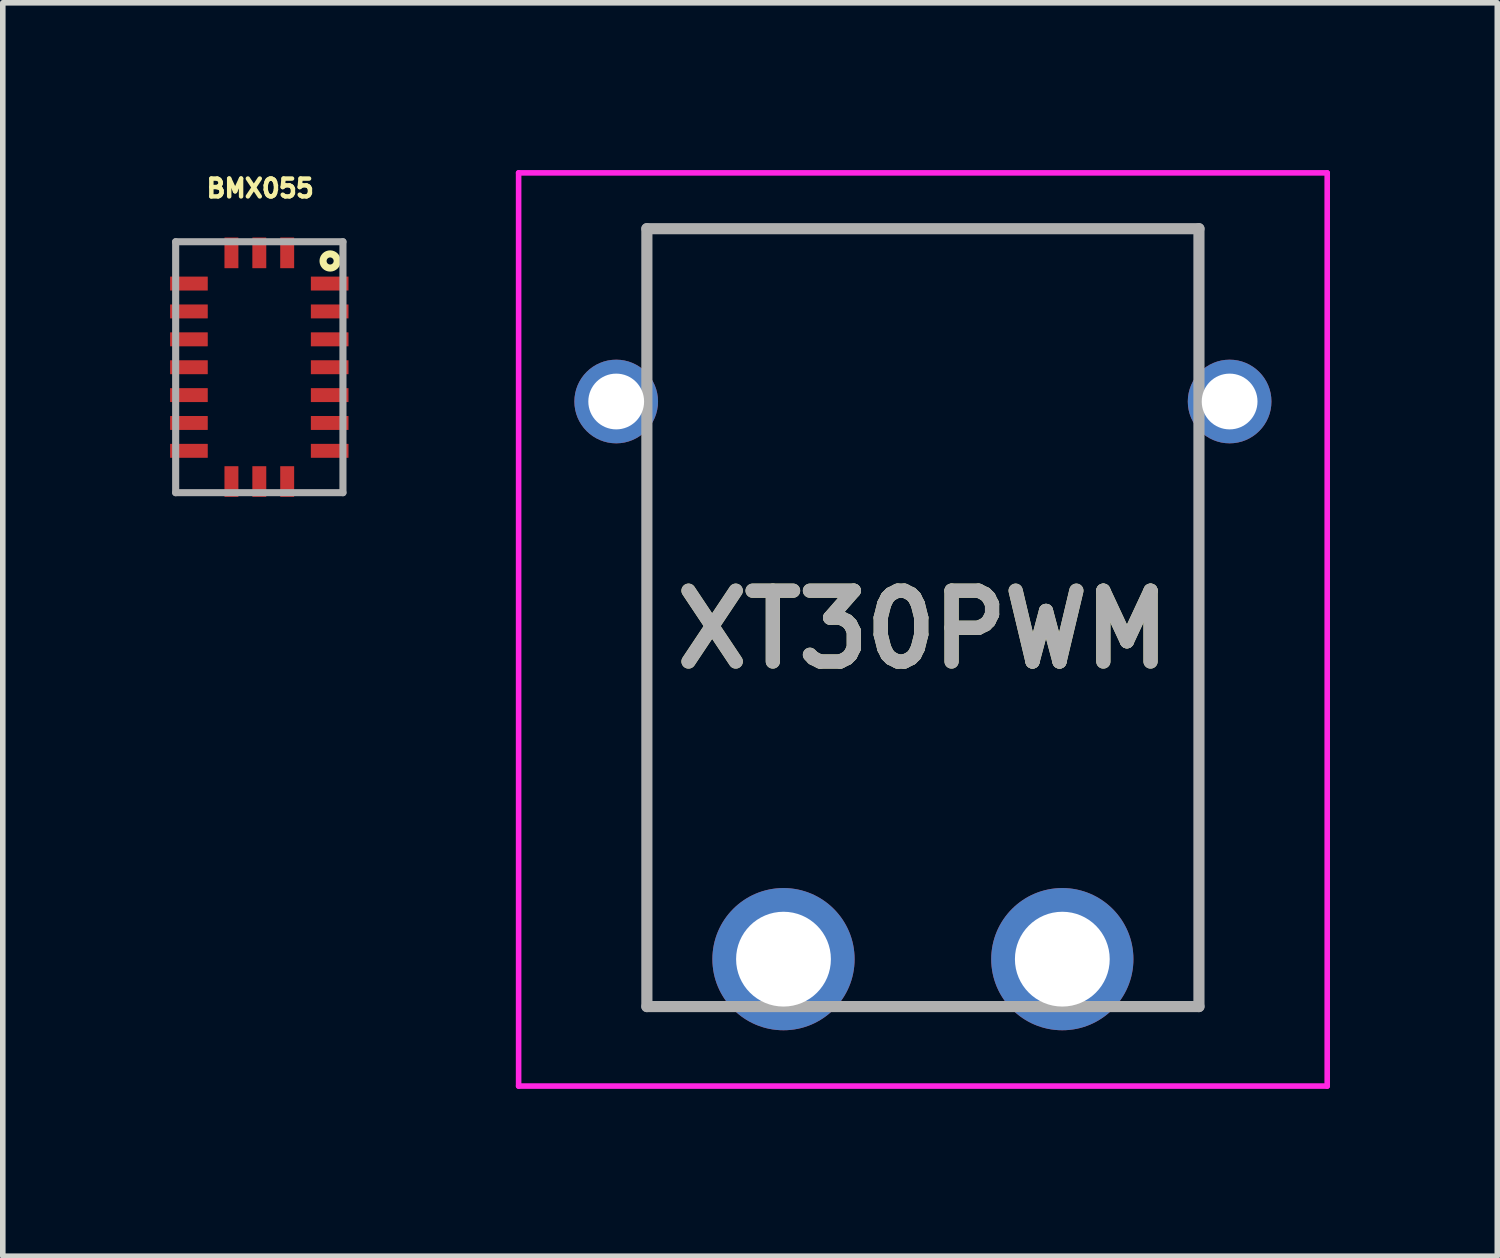
<source format=kicad_pcb>
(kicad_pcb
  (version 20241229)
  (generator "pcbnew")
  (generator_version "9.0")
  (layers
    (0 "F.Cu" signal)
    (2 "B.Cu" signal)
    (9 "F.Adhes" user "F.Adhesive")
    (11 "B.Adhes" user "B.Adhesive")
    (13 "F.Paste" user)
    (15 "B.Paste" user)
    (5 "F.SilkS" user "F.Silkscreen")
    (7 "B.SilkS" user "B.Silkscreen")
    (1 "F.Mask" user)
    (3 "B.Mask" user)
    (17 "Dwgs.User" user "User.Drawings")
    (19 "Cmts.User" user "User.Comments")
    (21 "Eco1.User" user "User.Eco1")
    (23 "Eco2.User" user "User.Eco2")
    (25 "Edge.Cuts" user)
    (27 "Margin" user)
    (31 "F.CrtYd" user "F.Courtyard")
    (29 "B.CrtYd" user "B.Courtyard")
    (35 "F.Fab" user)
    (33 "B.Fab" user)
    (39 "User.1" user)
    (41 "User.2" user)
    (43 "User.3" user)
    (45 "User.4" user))
  (footprint "BMX055"
    (layer "F.Cu")
    (at 1.6 3.535)
    (property "Reference" "BMX055" (at 0.016 -3.207 0) (layer "F.SilkS") (effects (font (size 0.32 0.32) (thickness 0.15))))
    (attr through_hole)
    (fp_circle (center 1.27 -1.905) (end 1.397 -1.905) (stroke (width 0.127) (type solid)) (fill no) (layer "F.SilkS"))
    (fp_line (start -1.5 -2.25) (end 1.5 -2.25) (stroke (width 0.127) (type solid)) (layer "F.Fab"))
    (fp_line (start -1.5 2.25) (end -1.5 -2.25) (stroke (width 0.127) (type solid)) (layer "F.Fab"))
    (fp_line (start 1.5 -2.25) (end 1.5 2.25) (stroke (width 0.127) (type solid)) (layer "F.Fab"))
    (fp_line (start 1.5 2.25) (end -1.5 2.25) (stroke (width 0.127) (type solid)) (layer "F.Fab"))
    (pad "1" smd roundrect (at 1.262 -1.5) (size 0.675 0.25) (layers "F.Cu" "F.Mask" "F.Paste") (roundrect_rratio 0.02))
    (pad "2" smd roundrect (at 1.262 -1) (size 0.675 0.25) (layers "F.Cu" "F.Mask" "F.Paste") (roundrect_rratio 0.02))
    (pad "3" smd roundrect (at 1.262 -0.5) (size 0.675 0.25) (layers "F.Cu" "F.Mask" "F.Paste") (roundrect_rratio 0.02))
    (pad "4" smd roundrect (at 1.262 0) (size 0.675 0.25) (layers "F.Cu" "F.Mask" "F.Paste") (roundrect_rratio 0.02))
    (pad "5" smd roundrect (at 1.262 0.5) (size 0.675 0.25) (layers "F.Cu" "F.Mask" "F.Paste") (roundrect_rratio 0.02))
    (pad "6" smd roundrect (at 1.262 1) (size 0.675 0.25) (layers "F.Cu" "F.Mask" "F.Paste") (roundrect_rratio 0.02))
    (pad "7" smd roundrect (at 1.262 1.5) (size 0.675 0.25) (layers "F.Cu" "F.Mask" "F.Paste") (roundrect_rratio 0.02))
    (pad "8" smd roundrect (at 0.5 2.05 90) (size 0.55 0.25) (layers "F.Cu" "F.Mask" "F.Paste") (roundrect_rratio 0.02))
    (pad "9" smd roundrect (at 0 2.05 90) (size 0.55 0.25) (layers "F.Cu" "F.Mask" "F.Paste") (roundrect_rratio 0.02))
    (pad "10" smd roundrect (at -0.5 2.05 90) (size 0.55 0.25) (layers "F.Cu" "F.Mask" "F.Paste") (roundrect_rratio 0.02))
    (pad "11" smd roundrect (at -1.262 1.5) (size 0.675 0.25) (layers "F.Cu" "F.Mask" "F.Paste") (roundrect_rratio 0.02))
    (pad "12" smd roundrect (at -1.262 1) (size 0.675 0.25) (layers "F.Cu" "F.Mask" "F.Paste") (roundrect_rratio 0.02))
    (pad "13" smd roundrect (at -1.262 0.5) (size 0.675 0.25) (layers "F.Cu" "F.Mask" "F.Paste") (roundrect_rratio 0.02))
    (pad "14" smd roundrect (at -1.262 0) (size 0.675 0.25) (layers "F.Cu" "F.Mask" "F.Paste") (roundrect_rratio 0.02))
    (pad "15" smd roundrect (at -1.262 -0.5) (size 0.675 0.25) (layers "F.Cu" "F.Mask" "F.Paste") (roundrect_rratio 0.02))
    (pad "16" smd roundrect (at -1.262 -1) (size 0.675 0.25) (layers "F.Cu" "F.Mask" "F.Paste") (roundrect_rratio 0.02))
    (pad "17" smd roundrect (at -1.262 -1.5) (size 0.675 0.25) (layers "F.Cu" "F.Mask" "F.Paste") (roundrect_rratio 0.02))
    (pad "18" smd roundrect (at -0.5 -2.05 90) (size 0.55 0.25) (layers "F.Cu" "F.Mask" "F.Paste") (roundrect_rratio 0.02))
    (pad "19" smd roundrect (at 0 -2.05 90) (size 0.55 0.25) (layers "F.Cu" "F.Mask" "F.Paste") (roundrect_rratio 0.02))
    (pad "20" smd roundrect (at 0.5 -2.05 90) (size 0.55 0.25) (layers "F.Cu" "F.Mask" "F.Paste") (roundrect_rratio 0.02)))
  (footprint "XT30PWM"
    (layer "F.Cu")
    (at 13.5 8.238)
    (property "Reference" "XT30PWM" (at 0 0 0) (layer "F.SilkS") (effects (font (size 1.27 1.27) (thickness 0.254))))
    (attr through_hole)
    (fp_line (start -4.95 -7.187) (end 4.95 -7.187) (stroke (width 0.1) (type solid)) (layer "F.SilkS"))
    (fp_line (start -4.95 -5.237) (end -4.95 -7.187) (stroke (width 0.1) (type solid)) (layer "F.SilkS"))
    (fp_line (start -4.95 -2.737) (end -4.95 6.762) (stroke (width 0.1) (type solid)) (layer "F.SilkS"))
    (fp_line (start -4.95 6.762) (end -4 6.762) (stroke (width 0.1) (type solid)) (layer "F.SilkS"))
    (fp_line (start 4 6.762) (end 4.95 6.762) (stroke (width 0.1) (type solid)) (layer "F.SilkS"))
    (fp_line (start 4.95 -7.187) (end 4.95 -5.237) (stroke (width 0.1) (type solid)) (layer "F.SilkS"))
    (fp_line (start 4.95 6.762) (end 4.95 -2.737) (stroke (width 0.1) (type solid)) (layer "F.SilkS"))
    (fp_line (start -7.25 -8.188) (end 7.25 -8.188) (stroke (width 0.1) (type solid)) (layer "F.CrtYd"))
    (fp_line (start -7.25 8.188) (end -7.25 -8.188) (stroke (width 0.1) (type solid)) (layer "F.CrtYd"))
    (fp_line (start 7.25 -8.188) (end 7.25 8.188) (stroke (width 0.1) (type solid)) (layer "F.CrtYd"))
    (fp_line (start 7.25 8.188) (end -7.25 8.188) (stroke (width 0.1) (type solid)) (layer "F.CrtYd"))
    (fp_line (start -4.95 -7.187) (end 4.95 -7.187) (stroke (width 0.2) (type solid)) (layer "F.Fab"))
    (fp_line (start -4.95 6.762) (end -4.95 -7.187) (stroke (width 0.2) (type solid)) (layer "F.Fab"))
    (fp_line (start 4.95 -7.187) (end 4.95 6.762) (stroke (width 0.2) (type solid)) (layer "F.Fab"))
    (fp_line (start 4.95 6.762) (end -4.95 6.762) (stroke (width 0.2) (type solid)) (layer "F.Fab"))
    (fp_text user "${REFERENCE}" (at 0 0 0) (layer "F.Fab") (effects (font (size 1.27 1.27) (thickness 0.254))))
    (pad "1" thru_hole circle (at -2.5 5.912) (size 2.55 2.55) (drill 1.7) (layers "*.Cu" "*.Mask"))
    (pad "2" thru_hole circle (at 2.5 5.912) (size 2.55 2.55) (drill 1.7) (layers "*.Cu" "*.Mask"))
    (pad "3" thru_hole circle (at 5.5 -4.088) (size 1.5 1.5) (drill 1) (layers "*.Cu" "*.Mask"))
    (pad "4" thru_hole circle (at -5.5 -4.088) (size 1.5 1.5) (drill 1) (layers "*.Cu" "*.Mask")))
  (gr_rect
    (start -3 -3)
    (end 23.8 19.476)
    (stroke (width 0.1) (type default))
    (fill no)
    (layer "Edge.Cuts")))
</source>
